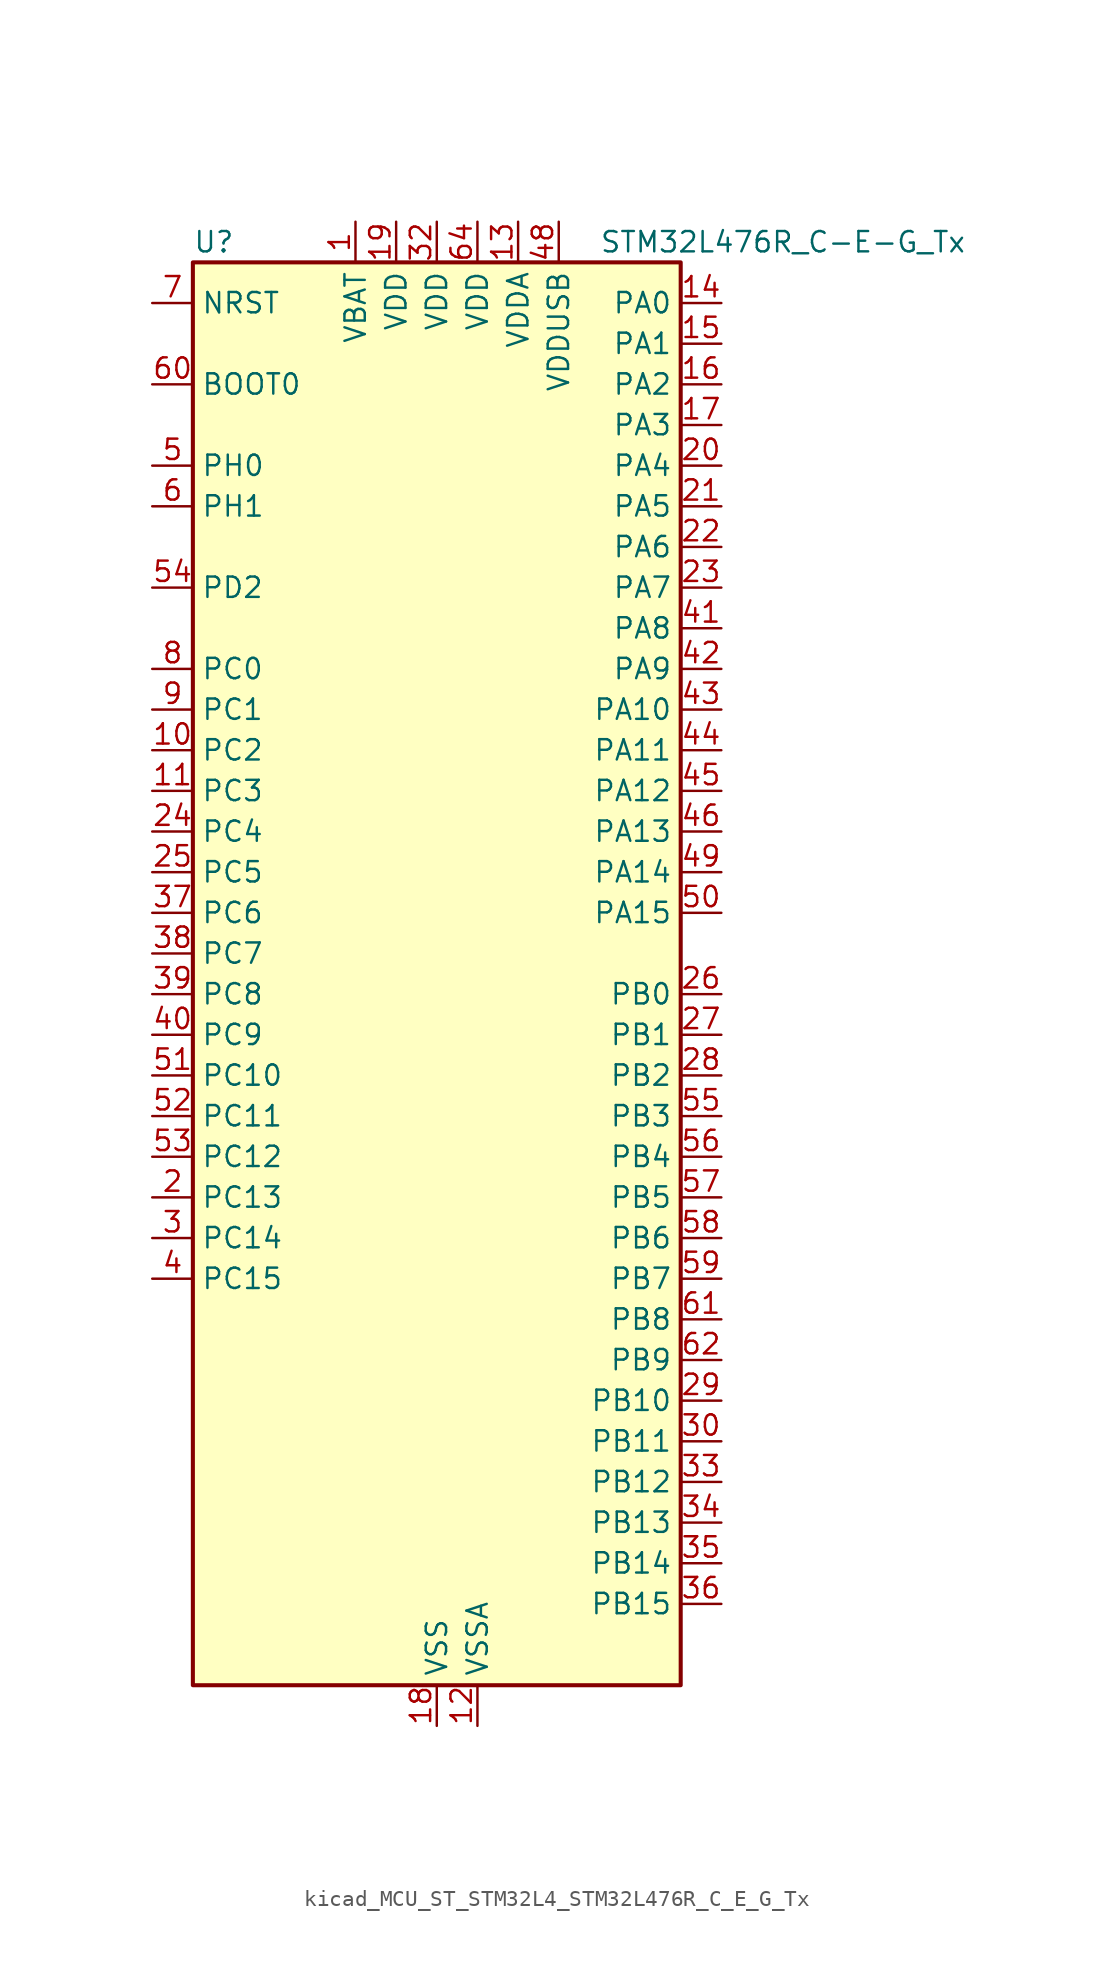
<source format=kicad_sym>
(kicad_symbol_lib
  (version 20220914)
  (generator kicad_symbol_editor)
  (symbol "kicad_MCU_ST_STM32L4_STM32L476R_C_E_G_Tx"
    (property "Reference" "U"
      (at -15.24 46.99 0)
      (effects (font (size 1.27 1.27)) (justify left)))
    (property "Value" "STM32L476R_C-E-G_Tx"
      (at 10.16 46.99 0)
      (effects (font (size 1.27 1.27)) (justify left)))
    (property "ki_locked" ""
      (at 0 0 0)
      (effects (font (size 1.27 1.27))))
    (symbol "kicad_MCU_ST_STM32L4_STM32L476R_C_E_G_Tx_0_1"
      (rectangle (start -15.24 -43.18) (end 15.24 45.72) (stroke (width 0.254) (type default)) (fill (type background))))
    (symbol "kicad_MCU_ST_STM32L4_STM32L476R_C_E_G_Tx_1_1"
      (pin power_in line (at -5.08 48.26 270) (length 2.54) (name "VBAT" (effects (font (size 1.27 1.27)))) (number "1" (effects (font (size 1.27 1.27)))))
      (pin bidirectional line (at -17.78 15.24 0) (length 2.54) (name "PC2" (effects (font (size 1.27 1.27)))) (number "10" (effects (font (size 1.27 1.27)))) (alternate "ADC1_IN3" bidirectional line) (alternate "ADC2_IN3" bidirectional line) (alternate "ADC3_IN3" bidirectional line) (alternate "DFSDM1_CKOUT" bidirectional line) (alternate "LCD_SEG20" bidirectional line) (alternate "LPTIM1_IN2" bidirectional line) (alternate "SPI2_MISO" bidirectional line))
      (pin bidirectional line (at -17.78 12.7 0) (length 2.54) (name "PC3" (effects (font (size 1.27 1.27)))) (number "11" (effects (font (size 1.27 1.27)))) (alternate "ADC1_IN4" bidirectional line) (alternate "ADC2_IN4" bidirectional line) (alternate "ADC3_IN4" bidirectional line) (alternate "LCD_VLCD" bidirectional line) (alternate "LPTIM1_ETR" bidirectional line) (alternate "LPTIM2_ETR" bidirectional line) (alternate "SAI1_SD_A" bidirectional line) (alternate "SPI2_MOSI" bidirectional line))
      (pin power_in line (at 2.54 -45.72 90) (length 2.54) (name "VSSA" (effects (font (size 1.27 1.27)))) (number "12" (effects (font (size 1.27 1.27)))))
      (pin power_in line (at 5.08 48.26 270) (length 2.54) (name "VDDA" (effects (font (size 1.27 1.27)))) (number "13" (effects (font (size 1.27 1.27)))))
      (pin bidirectional line (at 17.78 43.18 180) (length 2.54) (name "PA0" (effects (font (size 1.27 1.27)))) (number "14" (effects (font (size 1.27 1.27)))) (alternate "ADC1_IN5" bidirectional line) (alternate "ADC2_IN5" bidirectional line) (alternate "OPAMP1_VINP" bidirectional line) (alternate "RTC_TAMP2" bidirectional line) (alternate "SAI1_EXTCLK" bidirectional line) (alternate "SYS_WKUP1" bidirectional line) (alternate "TIM2_CH1" bidirectional line) (alternate "TIM2_ETR" bidirectional line) (alternate "TIM5_CH1" bidirectional line) (alternate "TIM8_ETR" bidirectional line) (alternate "UART4_TX" bidirectional line) (alternate "USART2_CTS" bidirectional line))
      (pin bidirectional line (at 17.78 40.64 180) (length 2.54) (name "PA1" (effects (font (size 1.27 1.27)))) (number "15" (effects (font (size 1.27 1.27)))) (alternate "ADC1_IN6" bidirectional line) (alternate "ADC2_IN6" bidirectional line) (alternate "LCD_SEG0" bidirectional line) (alternate "OPAMP1_VINM" bidirectional line) (alternate "TIM15_CH1N" bidirectional line) (alternate "TIM2_CH2" bidirectional line) (alternate "TIM5_CH2" bidirectional line) (alternate "UART4_RX" bidirectional line) (alternate "USART2_DE" bidirectional line) (alternate "USART2_RTS" bidirectional line))
      (pin bidirectional line (at 17.78 38.1 180) (length 2.54) (name "PA2" (effects (font (size 1.27 1.27)))) (number "16" (effects (font (size 1.27 1.27)))) (alternate "ADC1_IN7" bidirectional line) (alternate "ADC2_IN7" bidirectional line) (alternate "LCD_SEG1" bidirectional line) (alternate "RCC_LSCO" bidirectional line) (alternate "SAI2_EXTCLK" bidirectional line) (alternate "SYS_WKUP4" bidirectional line) (alternate "TIM15_CH1" bidirectional line) (alternate "TIM2_CH3" bidirectional line) (alternate "TIM5_CH3" bidirectional line) (alternate "USART2_TX" bidirectional line))
      (pin bidirectional line (at 17.78 35.56 180) (length 2.54) (name "PA3" (effects (font (size 1.27 1.27)))) (number "17" (effects (font (size 1.27 1.27)))) (alternate "ADC1_IN8" bidirectional line) (alternate "ADC2_IN8" bidirectional line) (alternate "LCD_SEG2" bidirectional line) (alternate "OPAMP1_VOUT" bidirectional line) (alternate "TIM15_CH2" bidirectional line) (alternate "TIM2_CH4" bidirectional line) (alternate "TIM5_CH4" bidirectional line) (alternate "USART2_RX" bidirectional line))
      (pin power_in line (at 0 -45.72 90) (length 2.54) (name "VSS" (effects (font (size 1.27 1.27)))) (number "18" (effects (font (size 1.27 1.27)))))
      (pin power_in line (at -2.54 48.26 270) (length 2.54) (name "VDD" (effects (font (size 1.27 1.27)))) (number "19" (effects (font (size 1.27 1.27)))))
      (pin bidirectional line (at -17.78 -12.7 0) (length 2.54) (name "PC13" (effects (font (size 1.27 1.27)))) (number "2" (effects (font (size 1.27 1.27)))) (alternate "RTC_OUT_ALARM" bidirectional line) (alternate "RTC_OUT_CALIB" bidirectional line) (alternate "RTC_TAMP1" bidirectional line) (alternate "RTC_TS" bidirectional line) (alternate "SYS_WKUP2" bidirectional line))
      (pin bidirectional line (at 17.78 33.02 180) (length 2.54) (name "PA4" (effects (font (size 1.27 1.27)))) (number "20" (effects (font (size 1.27 1.27)))) (alternate "ADC1_IN9" bidirectional line) (alternate "ADC2_IN9" bidirectional line) (alternate "DAC1_OUT1" bidirectional line) (alternate "LPTIM2_OUT" bidirectional line) (alternate "SAI1_FS_B" bidirectional line) (alternate "SPI1_NSS" bidirectional line) (alternate "SPI3_NSS" bidirectional line) (alternate "USART2_CK" bidirectional line))
      (pin bidirectional line (at 17.78 30.48 180) (length 2.54) (name "PA5" (effects (font (size 1.27 1.27)))) (number "21" (effects (font (size 1.27 1.27)))) (alternate "ADC1_IN10" bidirectional line) (alternate "ADC2_IN10" bidirectional line) (alternate "DAC1_OUT2" bidirectional line) (alternate "LPTIM2_ETR" bidirectional line) (alternate "SPI1_SCK" bidirectional line) (alternate "TIM2_CH1" bidirectional line) (alternate "TIM2_ETR" bidirectional line) (alternate "TIM8_CH1N" bidirectional line))
      (pin bidirectional line (at 17.78 27.94 180) (length 2.54) (name "PA6" (effects (font (size 1.27 1.27)))) (number "22" (effects (font (size 1.27 1.27)))) (alternate "ADC1_IN11" bidirectional line) (alternate "ADC2_IN11" bidirectional line) (alternate "LCD_SEG3" bidirectional line) (alternate "OPAMP2_VINP" bidirectional line) (alternate "QUADSPI_BK1_IO3" bidirectional line) (alternate "SPI1_MISO" bidirectional line) (alternate "TIM16_CH1" bidirectional line) (alternate "TIM1_BKIN" bidirectional line) (alternate "TIM1_BKIN_COMP2" bidirectional line) (alternate "TIM3_CH1" bidirectional line) (alternate "TIM8_BKIN" bidirectional line) (alternate "TIM8_BKIN_COMP2" bidirectional line) (alternate "USART3_CTS" bidirectional line))
      (pin bidirectional line (at 17.78 25.4 180) (length 2.54) (name "PA7" (effects (font (size 1.27 1.27)))) (number "23" (effects (font (size 1.27 1.27)))) (alternate "ADC1_IN12" bidirectional line) (alternate "ADC2_IN12" bidirectional line) (alternate "LCD_SEG4" bidirectional line) (alternate "OPAMP2_VINM" bidirectional line) (alternate "QUADSPI_BK1_IO2" bidirectional line) (alternate "SPI1_MOSI" bidirectional line) (alternate "TIM17_CH1" bidirectional line) (alternate "TIM1_CH1N" bidirectional line) (alternate "TIM3_CH2" bidirectional line) (alternate "TIM8_CH1N" bidirectional line))
      (pin bidirectional line (at -17.78 10.16 0) (length 2.54) (name "PC4" (effects (font (size 1.27 1.27)))) (number "24" (effects (font (size 1.27 1.27)))) (alternate "ADC1_IN13" bidirectional line) (alternate "ADC2_IN13" bidirectional line) (alternate "COMP1_INM" bidirectional line) (alternate "LCD_SEG22" bidirectional line) (alternate "USART3_TX" bidirectional line))
      (pin bidirectional line (at -17.78 7.62 0) (length 2.54) (name "PC5" (effects (font (size 1.27 1.27)))) (number "25" (effects (font (size 1.27 1.27)))) (alternate "ADC1_IN14" bidirectional line) (alternate "ADC2_IN14" bidirectional line) (alternate "COMP1_INP" bidirectional line) (alternate "LCD_SEG23" bidirectional line) (alternate "SYS_WKUP5" bidirectional line) (alternate "USART3_RX" bidirectional line))
      (pin bidirectional line (at 17.78 0 180) (length 2.54) (name "PB0" (effects (font (size 1.27 1.27)))) (number "26" (effects (font (size 1.27 1.27)))) (alternate "ADC1_IN15" bidirectional line) (alternate "ADC2_IN15" bidirectional line) (alternate "COMP1_OUT" bidirectional line) (alternate "LCD_SEG5" bidirectional line) (alternate "OPAMP2_VOUT" bidirectional line) (alternate "QUADSPI_BK1_IO1" bidirectional line) (alternate "TIM1_CH2N" bidirectional line) (alternate "TIM3_CH3" bidirectional line) (alternate "TIM8_CH2N" bidirectional line) (alternate "USART3_CK" bidirectional line))
      (pin bidirectional line (at 17.78 -2.54 180) (length 2.54) (name "PB1" (effects (font (size 1.27 1.27)))) (number "27" (effects (font (size 1.27 1.27)))) (alternate "ADC1_IN16" bidirectional line) (alternate "ADC2_IN16" bidirectional line) (alternate "COMP1_INM" bidirectional line) (alternate "DFSDM1_DATIN0" bidirectional line) (alternate "LCD_SEG6" bidirectional line) (alternate "LPTIM2_IN1" bidirectional line) (alternate "QUADSPI_BK1_IO0" bidirectional line) (alternate "TIM1_CH3N" bidirectional line) (alternate "TIM3_CH4" bidirectional line) (alternate "TIM8_CH3N" bidirectional line) (alternate "USART3_DE" bidirectional line) (alternate "USART3_RTS" bidirectional line))
      (pin bidirectional line (at 17.78 -5.08 180) (length 2.54) (name "PB2" (effects (font (size 1.27 1.27)))) (number "28" (effects (font (size 1.27 1.27)))) (alternate "COMP1_INP" bidirectional line) (alternate "DFSDM1_CKIN0" bidirectional line) (alternate "I2C3_SMBA" bidirectional line) (alternate "LPTIM1_OUT" bidirectional line) (alternate "RTC_OUT_ALARM" bidirectional line) (alternate "RTC_OUT_CALIB" bidirectional line))
      (pin bidirectional line (at 17.78 -25.4 180) (length 2.54) (name "PB10" (effects (font (size 1.27 1.27)))) (number "29" (effects (font (size 1.27 1.27)))) (alternate "COMP1_OUT" bidirectional line) (alternate "DFSDM1_DATIN7" bidirectional line) (alternate "I2C2_SCL" bidirectional line) (alternate "LCD_SEG10" bidirectional line) (alternate "LPUART1_RX" bidirectional line) (alternate "QUADSPI_CLK" bidirectional line) (alternate "SAI1_SCK_A" bidirectional line) (alternate "SPI2_SCK" bidirectional line) (alternate "TIM2_CH3" bidirectional line) (alternate "USART3_TX" bidirectional line))
      (pin bidirectional line (at -17.78 -15.24 0) (length 2.54) (name "PC14" (effects (font (size 1.27 1.27)))) (number "3" (effects (font (size 1.27 1.27)))) (alternate "RCC_OSC32_IN" bidirectional line))
      (pin bidirectional line (at 17.78 -27.94 180) (length 2.54) (name "PB11" (effects (font (size 1.27 1.27)))) (number "30" (effects (font (size 1.27 1.27)))) (alternate "ADC1_EXTI11" bidirectional line) (alternate "ADC2_EXTI11" bidirectional line) (alternate "ADC3_EXTI11" bidirectional line) (alternate "COMP2_OUT" bidirectional line) (alternate "DFSDM1_CKIN7" bidirectional line) (alternate "I2C2_SDA" bidirectional line) (alternate "LCD_SEG11" bidirectional line) (alternate "LPUART1_TX" bidirectional line) (alternate "QUADSPI_NCS" bidirectional line) (alternate "TIM2_CH4" bidirectional line) (alternate "USART3_RX" bidirectional line))
      (pin passive line (at 0 -45.72 90) (length 2.54) hide (name "VSS" (effects (font (size 1.27 1.27)))) (number "31" (effects (font (size 1.27 1.27)))))
      (pin power_in line (at 0 48.26 270) (length 2.54) (name "VDD" (effects (font (size 1.27 1.27)))) (number "32" (effects (font (size 1.27 1.27)))))
      (pin bidirectional line (at 17.78 -30.48 180) (length 2.54) (name "PB12" (effects (font (size 1.27 1.27)))) (number "33" (effects (font (size 1.27 1.27)))) (alternate "DFSDM1_DATIN1" bidirectional line) (alternate "I2C2_SMBA" bidirectional line) (alternate "LCD_SEG12" bidirectional line) (alternate "LPUART1_DE" bidirectional line) (alternate "LPUART1_RTS" bidirectional line) (alternate "SAI2_FS_A" bidirectional line) (alternate "SPI2_NSS" bidirectional line) (alternate "SWPMI1_IO" bidirectional line) (alternate "TIM15_BKIN" bidirectional line) (alternate "TIM1_BKIN" bidirectional line) (alternate "TIM1_BKIN_COMP2" bidirectional line) (alternate "TSC_G1_IO1" bidirectional line) (alternate "USART3_CK" bidirectional line))
      (pin bidirectional line (at 17.78 -33.02 180) (length 2.54) (name "PB13" (effects (font (size 1.27 1.27)))) (number "34" (effects (font (size 1.27 1.27)))) (alternate "DFSDM1_CKIN1" bidirectional line) (alternate "I2C2_SCL" bidirectional line) (alternate "LCD_SEG13" bidirectional line) (alternate "LPUART1_CTS" bidirectional line) (alternate "SAI2_SCK_A" bidirectional line) (alternate "SPI2_SCK" bidirectional line) (alternate "SWPMI1_TX" bidirectional line) (alternate "TIM15_CH1N" bidirectional line) (alternate "TIM1_CH1N" bidirectional line) (alternate "TSC_G1_IO2" bidirectional line) (alternate "USART3_CTS" bidirectional line))
      (pin bidirectional line (at 17.78 -35.56 180) (length 2.54) (name "PB14" (effects (font (size 1.27 1.27)))) (number "35" (effects (font (size 1.27 1.27)))) (alternate "DFSDM1_DATIN2" bidirectional line) (alternate "I2C2_SDA" bidirectional line) (alternate "LCD_SEG14" bidirectional line) (alternate "SAI2_MCLK_A" bidirectional line) (alternate "SPI2_MISO" bidirectional line) (alternate "SWPMI1_RX" bidirectional line) (alternate "TIM15_CH1" bidirectional line) (alternate "TIM1_CH2N" bidirectional line) (alternate "TIM8_CH2N" bidirectional line) (alternate "TSC_G1_IO3" bidirectional line) (alternate "USART3_DE" bidirectional line) (alternate "USART3_RTS" bidirectional line))
      (pin bidirectional line (at 17.78 -38.1 180) (length 2.54) (name "PB15" (effects (font (size 1.27 1.27)))) (number "36" (effects (font (size 1.27 1.27)))) (alternate "ADC1_EXTI15" bidirectional line) (alternate "ADC2_EXTI15" bidirectional line) (alternate "ADC3_EXTI15" bidirectional line) (alternate "DFSDM1_CKIN2" bidirectional line) (alternate "LCD_SEG15" bidirectional line) (alternate "RTC_REFIN" bidirectional line) (alternate "SAI2_SD_A" bidirectional line) (alternate "SPI2_MOSI" bidirectional line) (alternate "SWPMI1_SUSPEND" bidirectional line) (alternate "TIM15_CH2" bidirectional line) (alternate "TIM1_CH3N" bidirectional line) (alternate "TIM8_CH3N" bidirectional line) (alternate "TSC_G1_IO4" bidirectional line))
      (pin bidirectional line (at -17.78 5.08 0) (length 2.54) (name "PC6" (effects (font (size 1.27 1.27)))) (number "37" (effects (font (size 1.27 1.27)))) (alternate "DFSDM1_CKIN3" bidirectional line) (alternate "LCD_SEG24" bidirectional line) (alternate "SAI2_MCLK_A" bidirectional line) (alternate "SDMMC1_D6" bidirectional line) (alternate "TIM3_CH1" bidirectional line) (alternate "TIM8_CH1" bidirectional line) (alternate "TSC_G4_IO1" bidirectional line))
      (pin bidirectional line (at -17.78 2.54 0) (length 2.54) (name "PC7" (effects (font (size 1.27 1.27)))) (number "38" (effects (font (size 1.27 1.27)))) (alternate "DFSDM1_DATIN3" bidirectional line) (alternate "LCD_SEG25" bidirectional line) (alternate "SAI2_MCLK_B" bidirectional line) (alternate "SDMMC1_D7" bidirectional line) (alternate "TIM3_CH2" bidirectional line) (alternate "TIM8_CH2" bidirectional line) (alternate "TSC_G4_IO2" bidirectional line))
      (pin bidirectional line (at -17.78 0 0) (length 2.54) (name "PC8" (effects (font (size 1.27 1.27)))) (number "39" (effects (font (size 1.27 1.27)))) (alternate "LCD_SEG26" bidirectional line) (alternate "SDMMC1_D0" bidirectional line) (alternate "TIM3_CH3" bidirectional line) (alternate "TIM8_CH3" bidirectional line) (alternate "TSC_G4_IO3" bidirectional line))
      (pin bidirectional line (at -17.78 -17.78 0) (length 2.54) (name "PC15" (effects (font (size 1.27 1.27)))) (number "4" (effects (font (size 1.27 1.27)))) (alternate "ADC1_EXTI15" bidirectional line) (alternate "ADC2_EXTI15" bidirectional line) (alternate "ADC3_EXTI15" bidirectional line) (alternate "RCC_OSC32_OUT" bidirectional line))
      (pin bidirectional line (at -17.78 -2.54 0) (length 2.54) (name "PC9" (effects (font (size 1.27 1.27)))) (number "40" (effects (font (size 1.27 1.27)))) (alternate "DAC1_EXTI9" bidirectional line) (alternate "LCD_SEG27" bidirectional line) (alternate "SAI2_EXTCLK" bidirectional line) (alternate "SDMMC1_D1" bidirectional line) (alternate "TIM3_CH4" bidirectional line) (alternate "TIM8_BKIN2" bidirectional line) (alternate "TIM8_BKIN2_COMP1" bidirectional line) (alternate "TIM8_CH4" bidirectional line) (alternate "TSC_G4_IO4" bidirectional line) (alternate "USB_OTG_FS_NOE" bidirectional line))
      (pin bidirectional line (at 17.78 22.86 180) (length 2.54) (name "PA8" (effects (font (size 1.27 1.27)))) (number "41" (effects (font (size 1.27 1.27)))) (alternate "LCD_COM0" bidirectional line) (alternate "LPTIM2_OUT" bidirectional line) (alternate "RCC_MCO" bidirectional line) (alternate "TIM1_CH1" bidirectional line) (alternate "USART1_CK" bidirectional line) (alternate "USB_OTG_FS_SOF" bidirectional line))
      (pin bidirectional line (at 17.78 20.32 180) (length 2.54) (name "PA9" (effects (font (size 1.27 1.27)))) (number "42" (effects (font (size 1.27 1.27)))) (alternate "DAC1_EXTI9" bidirectional line) (alternate "LCD_COM1" bidirectional line) (alternate "TIM15_BKIN" bidirectional line) (alternate "TIM1_CH2" bidirectional line) (alternate "USART1_TX" bidirectional line) (alternate "USB_OTG_FS_VBUS" bidirectional line))
      (pin bidirectional line (at 17.78 17.78 180) (length 2.54) (name "PA10" (effects (font (size 1.27 1.27)))) (number "43" (effects (font (size 1.27 1.27)))) (alternate "LCD_COM2" bidirectional line) (alternate "TIM17_BKIN" bidirectional line) (alternate "TIM1_CH3" bidirectional line) (alternate "USART1_RX" bidirectional line) (alternate "USB_OTG_FS_ID" bidirectional line))
      (pin bidirectional line (at 17.78 15.24 180) (length 2.54) (name "PA11" (effects (font (size 1.27 1.27)))) (number "44" (effects (font (size 1.27 1.27)))) (alternate "ADC1_EXTI11" bidirectional line) (alternate "ADC2_EXTI11" bidirectional line) (alternate "ADC3_EXTI11" bidirectional line) (alternate "CAN1_RX" bidirectional line) (alternate "TIM1_BKIN2" bidirectional line) (alternate "TIM1_BKIN2_COMP1" bidirectional line) (alternate "TIM1_CH4" bidirectional line) (alternate "USART1_CTS" bidirectional line) (alternate "USB_OTG_FS_DM" bidirectional line))
      (pin bidirectional line (at 17.78 12.7 180) (length 2.54) (name "PA12" (effects (font (size 1.27 1.27)))) (number "45" (effects (font (size 1.27 1.27)))) (alternate "CAN1_TX" bidirectional line) (alternate "TIM1_ETR" bidirectional line) (alternate "USART1_DE" bidirectional line) (alternate "USART1_RTS" bidirectional line) (alternate "USB_OTG_FS_DP" bidirectional line))
      (pin bidirectional line (at 17.78 10.16 180) (length 2.54) (name "PA13" (effects (font (size 1.27 1.27)))) (number "46" (effects (font (size 1.27 1.27)))) (alternate "IR_OUT" bidirectional line) (alternate "SYS_JTMS-SWDIO" bidirectional line) (alternate "USB_OTG_FS_NOE" bidirectional line))
      (pin passive line (at 0 -45.72 90) (length 2.54) hide (name "VSS" (effects (font (size 1.27 1.27)))) (number "47" (effects (font (size 1.27 1.27)))))
      (pin power_in line (at 7.62 48.26 270) (length 2.54) (name "VDDUSB" (effects (font (size 1.27 1.27)))) (number "48" (effects (font (size 1.27 1.27)))))
      (pin bidirectional line (at 17.78 7.62 180) (length 2.54) (name "PA14" (effects (font (size 1.27 1.27)))) (number "49" (effects (font (size 1.27 1.27)))) (alternate "SYS_JTCK-SWCLK" bidirectional line))
      (pin bidirectional line (at -17.78 33.02 0) (length 2.54) (name "PH0" (effects (font (size 1.27 1.27)))) (number "5" (effects (font (size 1.27 1.27)))) (alternate "RCC_OSC_IN" bidirectional line))
      (pin bidirectional line (at 17.78 5.08 180) (length 2.54) (name "PA15" (effects (font (size 1.27 1.27)))) (number "50" (effects (font (size 1.27 1.27)))) (alternate "ADC1_EXTI15" bidirectional line) (alternate "ADC2_EXTI15" bidirectional line) (alternate "ADC3_EXTI15" bidirectional line) (alternate "LCD_SEG17" bidirectional line) (alternate "SAI2_FS_B" bidirectional line) (alternate "SPI1_NSS" bidirectional line) (alternate "SPI3_NSS" bidirectional line) (alternate "SYS_JTDI" bidirectional line) (alternate "TIM2_CH1" bidirectional line) (alternate "TIM2_ETR" bidirectional line) (alternate "TSC_G3_IO1" bidirectional line) (alternate "UART4_DE" bidirectional line) (alternate "UART4_RTS" bidirectional line))
      (pin bidirectional line (at -17.78 -5.08 0) (length 2.54) (name "PC10" (effects (font (size 1.27 1.27)))) (number "51" (effects (font (size 1.27 1.27)))) (alternate "LCD_COM4" bidirectional line) (alternate "LCD_SEG28" bidirectional line) (alternate "LCD_SEG40" bidirectional line) (alternate "SAI2_SCK_B" bidirectional line) (alternate "SDMMC1_D2" bidirectional line) (alternate "SPI3_SCK" bidirectional line) (alternate "TSC_G3_IO2" bidirectional line) (alternate "UART4_TX" bidirectional line) (alternate "USART3_TX" bidirectional line))
      (pin bidirectional line (at -17.78 -7.62 0) (length 2.54) (name "PC11" (effects (font (size 1.27 1.27)))) (number "52" (effects (font (size 1.27 1.27)))) (alternate "ADC1_EXTI11" bidirectional line) (alternate "ADC2_EXTI11" bidirectional line) (alternate "ADC3_EXTI11" bidirectional line) (alternate "LCD_COM5" bidirectional line) (alternate "LCD_SEG29" bidirectional line) (alternate "LCD_SEG41" bidirectional line) (alternate "SAI2_MCLK_B" bidirectional line) (alternate "SDMMC1_D3" bidirectional line) (alternate "SPI3_MISO" bidirectional line) (alternate "TSC_G3_IO3" bidirectional line) (alternate "UART4_RX" bidirectional line) (alternate "USART3_RX" bidirectional line))
      (pin bidirectional line (at -17.78 -10.16 0) (length 2.54) (name "PC12" (effects (font (size 1.27 1.27)))) (number "53" (effects (font (size 1.27 1.27)))) (alternate "LCD_COM6" bidirectional line) (alternate "LCD_SEG30" bidirectional line) (alternate "LCD_SEG42" bidirectional line) (alternate "SAI2_SD_B" bidirectional line) (alternate "SDMMC1_CK" bidirectional line) (alternate "SPI3_MOSI" bidirectional line) (alternate "TSC_G3_IO4" bidirectional line) (alternate "UART5_TX" bidirectional line) (alternate "USART3_CK" bidirectional line))
      (pin bidirectional line (at -17.78 25.4 0) (length 2.54) (name "PD2" (effects (font (size 1.27 1.27)))) (number "54" (effects (font (size 1.27 1.27)))) (alternate "LCD_COM7" bidirectional line) (alternate "LCD_SEG31" bidirectional line) (alternate "LCD_SEG43" bidirectional line) (alternate "SDMMC1_CMD" bidirectional line) (alternate "TIM3_ETR" bidirectional line) (alternate "TSC_SYNC" bidirectional line) (alternate "UART5_RX" bidirectional line) (alternate "USART3_DE" bidirectional line) (alternate "USART3_RTS" bidirectional line))
      (pin bidirectional line (at 17.78 -7.62 180) (length 2.54) (name "PB3" (effects (font (size 1.27 1.27)))) (number "55" (effects (font (size 1.27 1.27)))) (alternate "COMP2_INM" bidirectional line) (alternate "LCD_SEG7" bidirectional line) (alternate "SAI1_SCK_B" bidirectional line) (alternate "SPI1_SCK" bidirectional line) (alternate "SPI3_SCK" bidirectional line) (alternate "SYS_JTDO-SWO" bidirectional line) (alternate "TIM2_CH2" bidirectional line) (alternate "USART1_DE" bidirectional line) (alternate "USART1_RTS" bidirectional line))
      (pin bidirectional line (at 17.78 -10.16 180) (length 2.54) (name "PB4" (effects (font (size 1.27 1.27)))) (number "56" (effects (font (size 1.27 1.27)))) (alternate "COMP2_INP" bidirectional line) (alternate "LCD_SEG8" bidirectional line) (alternate "SAI1_MCLK_B" bidirectional line) (alternate "SPI1_MISO" bidirectional line) (alternate "SPI3_MISO" bidirectional line) (alternate "SYS_JTRST" bidirectional line) (alternate "TIM17_BKIN" bidirectional line) (alternate "TIM3_CH1" bidirectional line) (alternate "TSC_G2_IO1" bidirectional line) (alternate "UART5_DE" bidirectional line) (alternate "UART5_RTS" bidirectional line) (alternate "USART1_CTS" bidirectional line))
      (pin bidirectional line (at 17.78 -12.7 180) (length 2.54) (name "PB5" (effects (font (size 1.27 1.27)))) (number "57" (effects (font (size 1.27 1.27)))) (alternate "COMP2_OUT" bidirectional line) (alternate "I2C1_SMBA" bidirectional line) (alternate "LCD_SEG9" bidirectional line) (alternate "LPTIM1_IN1" bidirectional line) (alternate "SAI1_SD_B" bidirectional line) (alternate "SPI1_MOSI" bidirectional line) (alternate "SPI3_MOSI" bidirectional line) (alternate "TIM16_BKIN" bidirectional line) (alternate "TIM3_CH2" bidirectional line) (alternate "TSC_G2_IO2" bidirectional line) (alternate "UART5_CTS" bidirectional line) (alternate "USART1_CK" bidirectional line))
      (pin bidirectional line (at 17.78 -15.24 180) (length 2.54) (name "PB6" (effects (font (size 1.27 1.27)))) (number "58" (effects (font (size 1.27 1.27)))) (alternate "COMP2_INP" bidirectional line) (alternate "DFSDM1_DATIN5" bidirectional line) (alternate "I2C1_SCL" bidirectional line) (alternate "LPTIM1_ETR" bidirectional line) (alternate "SAI1_FS_B" bidirectional line) (alternate "TIM16_CH1N" bidirectional line) (alternate "TIM4_CH1" bidirectional line) (alternate "TIM8_BKIN2" bidirectional line) (alternate "TIM8_BKIN2_COMP2" bidirectional line) (alternate "TSC_G2_IO3" bidirectional line) (alternate "USART1_TX" bidirectional line))
      (pin bidirectional line (at 17.78 -17.78 180) (length 2.54) (name "PB7" (effects (font (size 1.27 1.27)))) (number "59" (effects (font (size 1.27 1.27)))) (alternate "COMP2_INM" bidirectional line) (alternate "DFSDM1_CKIN5" bidirectional line) (alternate "I2C1_SDA" bidirectional line) (alternate "LCD_SEG21" bidirectional line) (alternate "LPTIM1_IN2" bidirectional line) (alternate "SYS_PVD_IN" bidirectional line) (alternate "TIM17_CH1N" bidirectional line) (alternate "TIM4_CH2" bidirectional line) (alternate "TIM8_BKIN" bidirectional line) (alternate "TIM8_BKIN_COMP1" bidirectional line) (alternate "TSC_G2_IO4" bidirectional line) (alternate "UART4_CTS" bidirectional line) (alternate "USART1_RX" bidirectional line))
      (pin bidirectional line (at -17.78 30.48 0) (length 2.54) (name "PH1" (effects (font (size 1.27 1.27)))) (number "6" (effects (font (size 1.27 1.27)))) (alternate "RCC_OSC_OUT" bidirectional line))
      (pin input line (at -17.78 38.1 0) (length 2.54) (name "BOOT0" (effects (font (size 1.27 1.27)))) (number "60" (effects (font (size 1.27 1.27)))))
      (pin bidirectional line (at 17.78 -20.32 180) (length 2.54) (name "PB8" (effects (font (size 1.27 1.27)))) (number "61" (effects (font (size 1.27 1.27)))) (alternate "CAN1_RX" bidirectional line) (alternate "DFSDM1_DATIN6" bidirectional line) (alternate "I2C1_SCL" bidirectional line) (alternate "LCD_SEG16" bidirectional line) (alternate "SAI1_MCLK_A" bidirectional line) (alternate "SDMMC1_D4" bidirectional line) (alternate "TIM16_CH1" bidirectional line) (alternate "TIM4_CH3" bidirectional line))
      (pin bidirectional line (at 17.78 -22.86 180) (length 2.54) (name "PB9" (effects (font (size 1.27 1.27)))) (number "62" (effects (font (size 1.27 1.27)))) (alternate "CAN1_TX" bidirectional line) (alternate "DAC1_EXTI9" bidirectional line) (alternate "DFSDM1_CKIN6" bidirectional line) (alternate "I2C1_SDA" bidirectional line) (alternate "IR_OUT" bidirectional line) (alternate "LCD_COM3" bidirectional line) (alternate "SAI1_FS_A" bidirectional line) (alternate "SDMMC1_D5" bidirectional line) (alternate "SPI2_NSS" bidirectional line) (alternate "TIM17_CH1" bidirectional line) (alternate "TIM4_CH4" bidirectional line))
      (pin passive line (at 0 -45.72 90) (length 2.54) hide (name "VSS" (effects (font (size 1.27 1.27)))) (number "63" (effects (font (size 1.27 1.27)))))
      (pin power_in line (at 2.54 48.26 270) (length 2.54) (name "VDD" (effects (font (size 1.27 1.27)))) (number "64" (effects (font (size 1.27 1.27)))))
      (pin input line (at -17.78 43.18 0) (length 2.54) (name "NRST" (effects (font (size 1.27 1.27)))) (number "7" (effects (font (size 1.27 1.27)))))
      (pin bidirectional line (at -17.78 20.32 0) (length 2.54) (name "PC0" (effects (font (size 1.27 1.27)))) (number "8" (effects (font (size 1.27 1.27)))) (alternate "ADC1_IN1" bidirectional line) (alternate "ADC2_IN1" bidirectional line) (alternate "ADC3_IN1" bidirectional line) (alternate "DFSDM1_DATIN4" bidirectional line) (alternate "I2C3_SCL" bidirectional line) (alternate "LCD_SEG18" bidirectional line) (alternate "LPTIM1_IN1" bidirectional line) (alternate "LPTIM2_IN1" bidirectional line) (alternate "LPUART1_RX" bidirectional line))
      (pin bidirectional line (at -17.78 17.78 0) (length 2.54) (name "PC1" (effects (font (size 1.27 1.27)))) (number "9" (effects (font (size 1.27 1.27)))) (alternate "ADC1_IN2" bidirectional line) (alternate "ADC2_IN2" bidirectional line) (alternate "ADC3_IN2" bidirectional line) (alternate "DFSDM1_CKIN4" bidirectional line) (alternate "I2C3_SDA" bidirectional line) (alternate "LCD_SEG19" bidirectional line) (alternate "LPTIM1_OUT" bidirectional line) (alternate "LPUART1_TX" bidirectional line)))))
</source>
